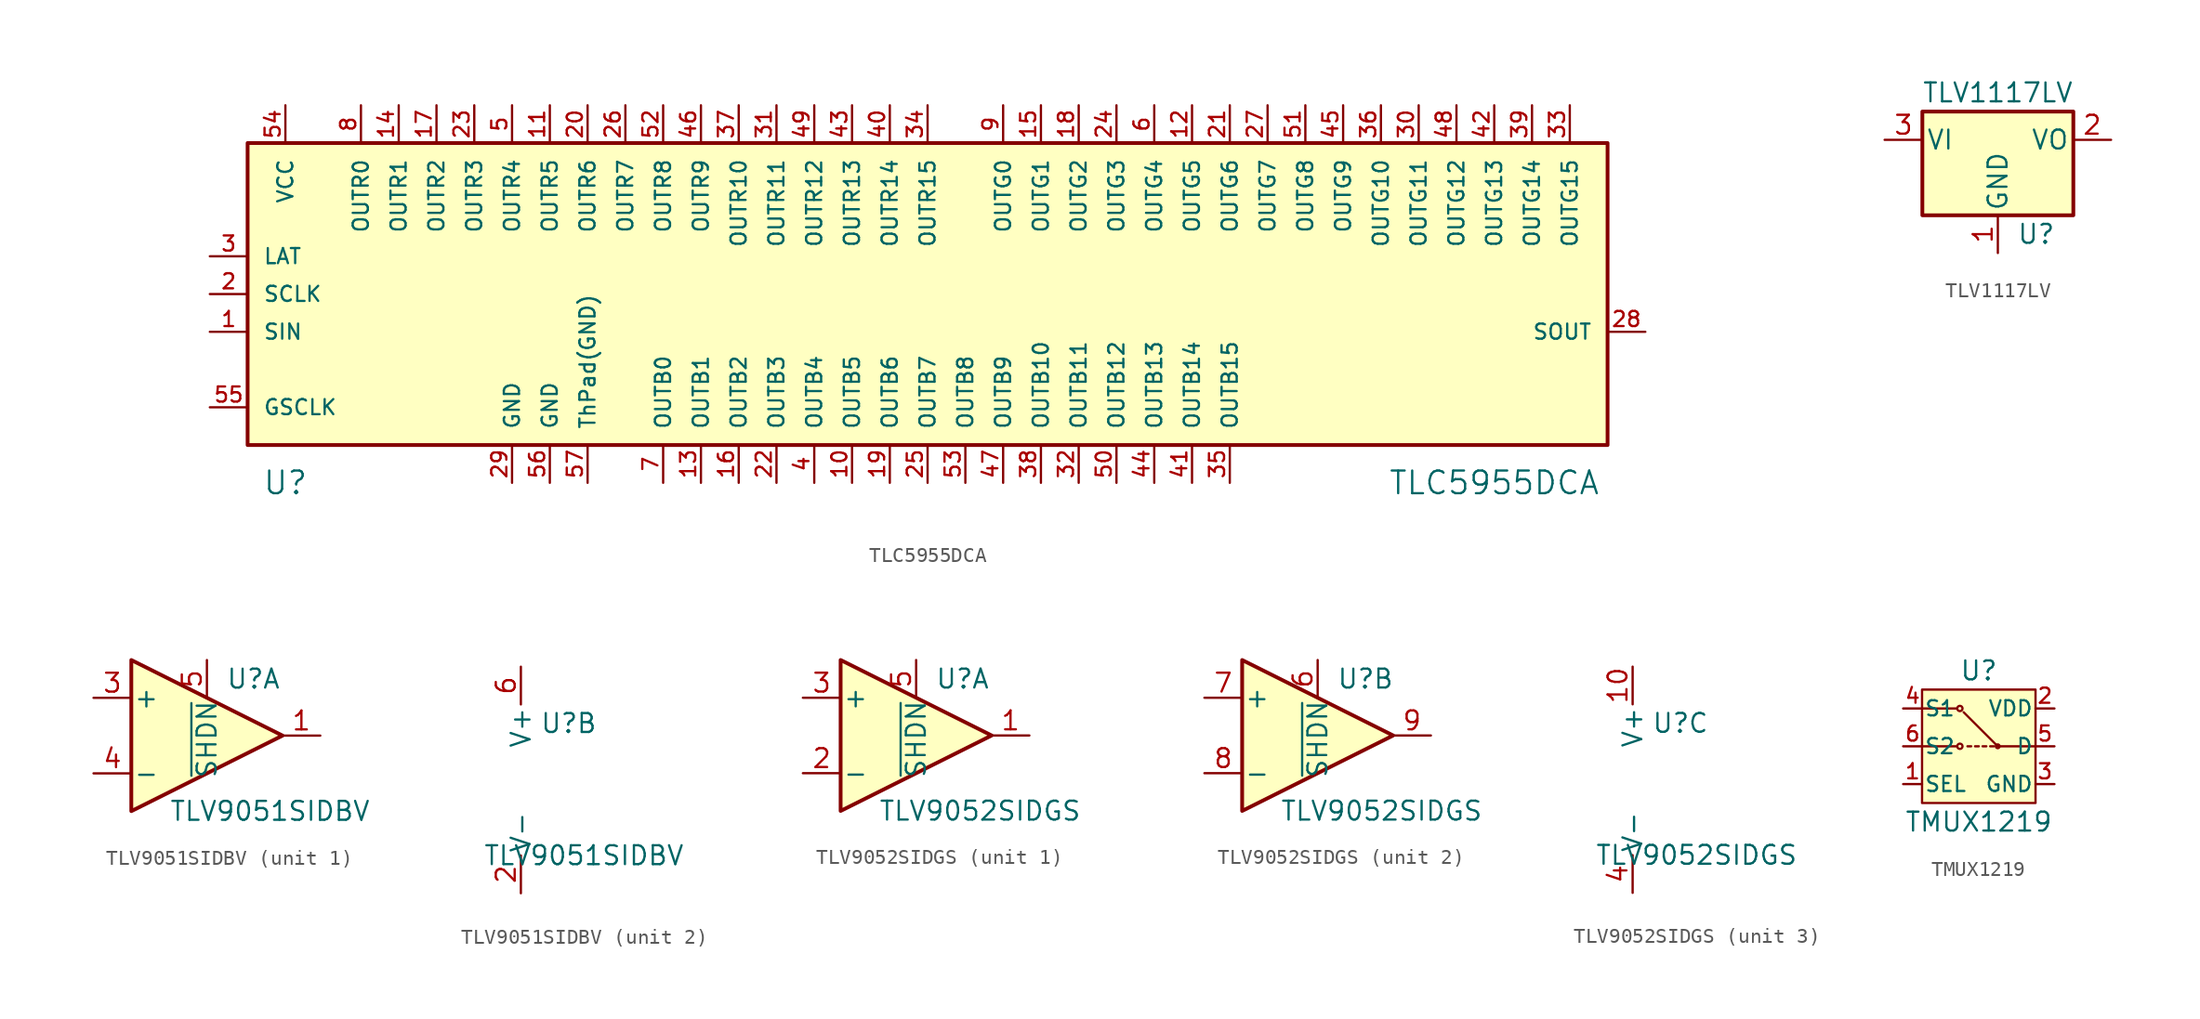
<source format=kicad_sym>
(kicad_symbol_lib
  (version 20211014)
  (generator kicad_symbol_editor)
  (symbol "TLC5955DCA"
    (pin_names
      (offset 1.016))
    (property "Reference" "U"
      (at -43.18 -12.7 0)
      (effects (font (size 1.524 1.524))))
    (property "Value" "TLC5955DCA"
      (at 38.1 -12.7 0)
      (effects (font (size 1.524 1.524))))
    (symbol "TLC5955DCA_0_0"
      (rectangle (start -45.72 10.16) (end 45.72 -10.16) (stroke (width 0.254) (type default) (color 0 0 0 0)) (fill (type background))))
    (symbol "TLC5955DCA_0_1"
      (pin input line (at -48.26 -2.54 0) (length 2.54) (name "SIN" (effects (font (size 1.016 1.016)))) (number "1" (effects (font (size 1.016 1.016)))))
      (pin output line (at -5.08 -12.7 90) (length 2.54) (name "OUTB5" (effects (font (size 1.016 1.016)))) (number "10" (effects (font (size 1.016 1.016)))))
      (pin output line (at -25.4 12.7 270) (length 2.54) (name "OUTR5" (effects (font (size 1.016 1.016)))) (number "11" (effects (font (size 1.016 1.016)))))
      (pin output line (at 17.78 12.7 270) (length 2.54) (name "OUTG5" (effects (font (size 1.016 1.016)))) (number "12" (effects (font (size 1.016 1.016)))))
      (pin output line (at -15.24 -12.7 90) (length 2.54) (name "OUTB1" (effects (font (size 1.016 1.016)))) (number "13" (effects (font (size 1.016 1.016)))))
      (pin output line (at -35.56 12.7 270) (length 2.54) (name "OUTR1" (effects (font (size 1.016 1.016)))) (number "14" (effects (font (size 1.016 1.016)))))
      (pin output line (at 7.62 12.7 270) (length 2.54) (name "OUTG1" (effects (font (size 1.016 1.016)))) (number "15" (effects (font (size 1.016 1.016)))))
      (pin output line (at -12.7 -12.7 90) (length 2.54) (name "OUTB2" (effects (font (size 1.016 1.016)))) (number "16" (effects (font (size 1.016 1.016)))))
      (pin output line (at -33.02 12.7 270) (length 2.54) (name "OUTR2" (effects (font (size 1.016 1.016)))) (number "17" (effects (font (size 1.016 1.016)))))
      (pin output line (at 10.16 12.7 270) (length 2.54) (name "OUTG2" (effects (font (size 1.016 1.016)))) (number "18" (effects (font (size 1.016 1.016)))))
      (pin output line (at -2.54 -12.7 90) (length 2.54) (name "OUTB6" (effects (font (size 1.016 1.016)))) (number "19" (effects (font (size 1.016 1.016)))))
      (pin input line (at -48.26 0 0) (length 2.54) (name "SCLK" (effects (font (size 1.016 1.016)))) (number "2" (effects (font (size 1.016 1.016)))))
      (pin output line (at -22.86 12.7 270) (length 2.54) (name "OUTR6" (effects (font (size 1.016 1.016)))) (number "20" (effects (font (size 1.016 1.016)))))
      (pin output line (at 20.32 12.7 270) (length 2.54) (name "OUTG6" (effects (font (size 1.016 1.016)))) (number "21" (effects (font (size 1.016 1.016)))))
      (pin output line (at -10.16 -12.7 90) (length 2.54) (name "OUTB3" (effects (font (size 1.016 1.016)))) (number "22" (effects (font (size 1.016 1.016)))))
      (pin output line (at -30.48 12.7 270) (length 2.54) (name "OUTR3" (effects (font (size 1.016 1.016)))) (number "23" (effects (font (size 1.016 1.016)))))
      (pin output line (at 12.7 12.7 270) (length 2.54) (name "OUTG3" (effects (font (size 1.016 1.016)))) (number "24" (effects (font (size 1.016 1.016)))))
      (pin output line (at 0 -12.7 90) (length 2.54) (name "OUTB7" (effects (font (size 1.016 1.016)))) (number "25" (effects (font (size 1.016 1.016)))))
      (pin output line (at -20.32 12.7 270) (length 2.54) (name "OUTR7" (effects (font (size 1.016 1.016)))) (number "26" (effects (font (size 1.016 1.016)))))
      (pin output line (at 22.86 12.7 270) (length 2.54) (name "OUTG7" (effects (font (size 1.016 1.016)))) (number "27" (effects (font (size 1.016 1.016)))))
      (pin output line (at 48.26 -2.54 180) (length 2.54) (name "SOUT" (effects (font (size 1.016 1.016)))) (number "28" (effects (font (size 1.016 1.016)))))
      (pin power_in line (at -27.94 -12.7 90) (length 2.54) (name "GND" (effects (font (size 1.016 1.016)))) (number "29" (effects (font (size 1.016 1.016)))))
      (pin input line (at -48.26 2.54 0) (length 2.54) (name "LAT" (effects (font (size 1.016 1.016)))) (number "3" (effects (font (size 1.016 1.016)))))
      (pin output line (at 33.02 12.7 270) (length 2.54) (name "OUTG11" (effects (font (size 1.016 1.016)))) (number "30" (effects (font (size 1.016 1.016)))))
      (pin output line (at -10.16 12.7 270) (length 2.54) (name "OUTR11" (effects (font (size 1.016 1.016)))) (number "31" (effects (font (size 1.016 1.016)))))
      (pin output line (at 10.16 -12.7 90) (length 2.54) (name "OUTB11" (effects (font (size 1.016 1.016)))) (number "32" (effects (font (size 1.016 1.016)))))
      (pin output line (at 43.18 12.7 270) (length 2.54) (name "OUTG15" (effects (font (size 1.016 1.016)))) (number "33" (effects (font (size 1.016 1.016)))))
      (pin output line (at 0 12.7 270) (length 2.54) (name "OUTR15" (effects (font (size 1.016 1.016)))) (number "34" (effects (font (size 1.016 1.016)))))
      (pin output line (at 20.32 -12.7 90) (length 2.54) (name "OUTB15" (effects (font (size 1.016 1.016)))) (number "35" (effects (font (size 1.016 1.016)))))
      (pin output line (at 30.48 12.7 270) (length 2.54) (name "OUTG10" (effects (font (size 1.016 1.016)))) (number "36" (effects (font (size 1.016 1.016)))))
      (pin output line (at -12.7 12.7 270) (length 2.54) (name "OUTR10" (effects (font (size 1.016 1.016)))) (number "37" (effects (font (size 1.016 1.016)))))
      (pin output line (at 7.62 -12.7 90) (length 2.54) (name "OUTB10" (effects (font (size 1.016 1.016)))) (number "38" (effects (font (size 1.016 1.016)))))
      (pin output line (at 40.64 12.7 270) (length 2.54) (name "OUTG14" (effects (font (size 1.016 1.016)))) (number "39" (effects (font (size 1.016 1.016)))))
      (pin output line (at -7.62 -12.7 90) (length 2.54) (name "OUTB4" (effects (font (size 1.016 1.016)))) (number "4" (effects (font (size 1.016 1.016)))))
      (pin output line (at -2.54 12.7 270) (length 2.54) (name "OUTR14" (effects (font (size 1.016 1.016)))) (number "40" (effects (font (size 1.016 1.016)))))
      (pin output line (at 17.78 -12.7 90) (length 2.54) (name "OUTB14" (effects (font (size 1.016 1.016)))) (number "41" (effects (font (size 1.016 1.016)))))
      (pin output line (at 38.1 12.7 270) (length 2.54) (name "OUTG13" (effects (font (size 1.016 1.016)))) (number "42" (effects (font (size 1.016 1.016)))))
      (pin output line (at -5.08 12.7 270) (length 2.54) (name "OUTR13" (effects (font (size 1.016 1.016)))) (number "43" (effects (font (size 1.016 1.016)))))
      (pin output line (at 15.24 -12.7 90) (length 2.54) (name "OUTB13" (effects (font (size 1.016 1.016)))) (number "44" (effects (font (size 1.016 1.016)))))
      (pin output line (at 27.94 12.7 270) (length 2.54) (name "OUTG9" (effects (font (size 1.016 1.016)))) (number "45" (effects (font (size 1.016 1.016)))))
      (pin output line (at -15.24 12.7 270) (length 2.54) (name "OUTR9" (effects (font (size 1.016 1.016)))) (number "46" (effects (font (size 1.016 1.016)))))
      (pin output line (at 5.08 -12.7 90) (length 2.54) (name "OUTB9" (effects (font (size 1.016 1.016)))) (number "47" (effects (font (size 1.016 1.016)))))
      (pin output line (at 35.56 12.7 270) (length 2.54) (name "OUTG12" (effects (font (size 1.016 1.016)))) (number "48" (effects (font (size 1.016 1.016)))))
      (pin output line (at -7.62 12.7 270) (length 2.54) (name "OUTR12" (effects (font (size 1.016 1.016)))) (number "49" (effects (font (size 1.016 1.016)))))
      (pin output line (at -27.94 12.7 270) (length 2.54) (name "OUTR4" (effects (font (size 1.016 1.016)))) (number "5" (effects (font (size 1.016 1.016)))))
      (pin output line (at 12.7 -12.7 90) (length 2.54) (name "OUTB12" (effects (font (size 1.016 1.016)))) (number "50" (effects (font (size 1.016 1.016)))))
      (pin output line (at 25.4 12.7 270) (length 2.54) (name "OUTG8" (effects (font (size 1.016 1.016)))) (number "51" (effects (font (size 1.016 1.016)))))
      (pin output line (at -17.78 12.7 270) (length 2.54) (name "OUTR8" (effects (font (size 1.016 1.016)))) (number "52" (effects (font (size 1.016 1.016)))))
      (pin output line (at 2.54 -12.7 90) (length 2.54) (name "OUTB8" (effects (font (size 1.016 1.016)))) (number "53" (effects (font (size 1.016 1.016)))))
      (pin power_in line (at -43.18 12.7 270) (length 2.54) (name "VCC" (effects (font (size 1.016 1.016)))) (number "54" (effects (font (size 1.016 1.016)))))
      (pin input line (at -48.26 -7.62 0) (length 2.54) (name "GSCLK" (effects (font (size 1.016 1.016)))) (number "55" (effects (font (size 1.016 1.016)))))
      (pin power_in line (at -25.4 -12.7 90) (length 2.54) (name "GND" (effects (font (size 1.016 1.016)))) (number "56" (effects (font (size 1.016 1.016)))))
      (pin power_in line (at -22.86 -12.7 90) (length 2.54) (name "ThPad(GND)" (effects (font (size 1.016 1.016)))) (number "57" (effects (font (size 1.016 1.016)))))
      (pin output line (at 15.24 12.7 270) (length 2.54) (name "OUTG4" (effects (font (size 1.016 1.016)))) (number "6" (effects (font (size 1.016 1.016)))))
      (pin output line (at -17.78 -12.7 90) (length 2.54) (name "OUTB0" (effects (font (size 1.016 1.016)))) (number "7" (effects (font (size 1.016 1.016)))))
      (pin output line (at -38.1 12.7 270) (length 2.54) (name "OUTR0" (effects (font (size 1.016 1.016)))) (number "8" (effects (font (size 1.016 1.016)))))
      (pin output line (at 5.08 12.7 270) (length 2.54) (name "OUTG0" (effects (font (size 1.016 1.016)))) (number "9" (effects (font (size 1.016 1.016)))))))
  (symbol "TLV1117LV"
    (pin_names
      (offset 0.254))
    (property "Reference" "U"
      (at 1.27 -6.35 0)
      (effects (font (size 1.27 1.27)) (justify left)))
    (property "Value" "TLV1117LV"
      (at 0 3.175 0)
      (effects (font (size 1.27 1.27))))
    (symbol "TLV1117LV_0_1"
      (rectangle (start -5.08 -5.08) (end 5.08 1.905) (stroke (width 0.254) (type default) (color 0 0 0 0)) (fill (type background))))
    (symbol "TLV1117LV_1_1"
      (pin power_in line (at 0 -7.62 90) (length 2.54) (name "GND" (effects (font (size 1.27 1.27)))) (number "1" (effects (font (size 1.27 1.27)))))
      (pin power_out line (at 7.62 0 180) (length 2.54) (name "VO" (effects (font (size 1.27 1.27)))) (number "2" (effects (font (size 1.27 1.27)))))
      (pin power_in line (at -7.62 0 0) (length 2.54) (name "VI" (effects (font (size 1.27 1.27)))) (number "3" (effects (font (size 1.27 1.27)))))))
  (symbol "TLV9051SIDBV"
    (pin_names
      (offset 0.127))
    (property "Reference" "U"
      (at 1.27 3.81 0)
      (effects (font (size 1.27 1.27)) (justify left)))
    (property "Value" "TLV9051SIDBV"
      (at -2.54 -5.08 0)
      (effects (font (size 1.27 1.27)) (justify left)))
    (property "ki_locked" ""
      (at 0 0 0)
      (effects (font (size 1.27 1.27))))
    (symbol "TLV9051SIDBV_1_1"
      (polyline (pts (xy -5.08 5.08) (xy 5.08 0) (xy -5.08 -5.08) (xy -5.08 5.08)) (stroke (width 0.254) (type default) (color 0 0 0 0)) (fill (type background)))
      (pin output line (at 7.62 0 180) (length 2.54) (name "~" (effects (font (size 1.27 1.27)))) (number "1" (effects (font (size 1.27 1.27)))))
      (pin input line (at -7.62 2.54 0) (length 2.54) (name "+" (effects (font (size 1.27 1.27)))) (number "3" (effects (font (size 1.27 1.27)))))
      (pin input line (at -7.62 -2.54 0) (length 2.54) (name "-" (effects (font (size 1.27 1.27)))) (number "4" (effects (font (size 1.27 1.27)))))
      (pin input line (at 0 5.08 270) (length 2.54) (name "~{SHDN}" (effects (font (size 1.27 1.27)))) (number "5" (effects (font (size 1.27 1.27))))))
    (symbol "TLV9051SIDBV_2_1"
      (pin power_in line (at 0 -7.62 90) (length 2.54) (name "V-" (effects (font (size 1.27 1.27)))) (number "2" (effects (font (size 1.27 1.27)))))
      (pin power_in line (at 0 7.62 270) (length 2.54) (name "V+" (effects (font (size 1.27 1.27)))) (number "6" (effects (font (size 1.27 1.27)))))))
  (symbol "TLV9052SIDGS"
    (pin_names
      (offset 0.127))
    (property "Reference" "U"
      (at 1.27 3.81 0)
      (effects (font (size 1.27 1.27)) (justify left)))
    (property "Value" "TLV9052SIDGS"
      (at -2.54 -5.08 0)
      (effects (font (size 1.27 1.27)) (justify left)))
    (property "ki_locked" ""
      (at 0 0 0)
      (effects (font (size 1.27 1.27))))
    (symbol "TLV9052SIDGS_1_1"
      (polyline (pts (xy -5.08 5.08) (xy 5.08 0) (xy -5.08 -5.08) (xy -5.08 5.08)) (stroke (width 0.254) (type default) (color 0 0 0 0)) (fill (type background)))
      (pin output line (at 7.62 0 180) (length 2.54) (name "~" (effects (font (size 1.27 1.27)))) (number "1" (effects (font (size 1.27 1.27)))))
      (pin input line (at -7.62 -2.54 0) (length 2.54) (name "-" (effects (font (size 1.27 1.27)))) (number "2" (effects (font (size 1.27 1.27)))))
      (pin input line (at -7.62 2.54 0) (length 2.54) (name "+" (effects (font (size 1.27 1.27)))) (number "3" (effects (font (size 1.27 1.27)))))
      (pin input line (at 0 5.08 270) (length 2.54) (name "~{SHDN}" (effects (font (size 1.27 1.27)))) (number "5" (effects (font (size 1.27 1.27))))))
    (symbol "TLV9052SIDGS_2_1"
      (polyline (pts (xy -5.08 5.08) (xy 5.08 0) (xy -5.08 -5.08) (xy -5.08 5.08)) (stroke (width 0.254) (type default) (color 0 0 0 0)) (fill (type background)))
      (pin input line (at 0 5.08 270) (length 2.54) (name "~{SHDN}" (effects (font (size 1.27 1.27)))) (number "6" (effects (font (size 1.27 1.27)))))
      (pin input line (at -7.62 2.54 0) (length 2.54) (name "+" (effects (font (size 1.27 1.27)))) (number "7" (effects (font (size 1.27 1.27)))))
      (pin input line (at -7.62 -2.54 0) (length 2.54) (name "-" (effects (font (size 1.27 1.27)))) (number "8" (effects (font (size 1.27 1.27)))))
      (pin output line (at 7.62 0 180) (length 2.54) (name "~" (effects (font (size 1.27 1.27)))) (number "9" (effects (font (size 1.27 1.27))))))
    (symbol "TLV9052SIDGS_3_1"
      (pin power_in line (at 0 7.62 270) (length 2.54) (name "V+" (effects (font (size 1.27 1.27)))) (number "10" (effects (font (size 1.27 1.27)))))
      (pin power_in line (at 0 -7.62 90) (length 2.54) (name "V-" (effects (font (size 1.27 1.27)))) (number "4" (effects (font (size 1.27 1.27)))))))
  (symbol "TMUX1219"
    (pin_names
      (offset 0.127))
    (property "Reference" "U"
      (at 0 5.08 0)
      (effects (font (size 1.27 1.27))))
    (property "Value" "TMUX1219"
      (at 0 -5.08 0)
      (effects (font (size 1.27 1.27))))
    (symbol "TMUX1219_0_1"
      (rectangle (start -3.81 3.81) (end 3.81 -3.81) (stroke (width 0) (type default) (color 0 0 0 0)) (fill (type background)))
      (circle (center -1.27 0) (radius 0.178) (stroke (width 0) (type default) (color 0 0 0 0)) (fill (type none)))
      (circle (center -1.27 2.54) (radius 0.178) (stroke (width 0) (type default) (color 0 0 0 0)) (fill (type none)))
      (polyline (pts (xy -3.81 2.54) (xy -1.524 2.54)) (stroke (width 0) (type default) (color 0 0 0 0)) (fill (type none)))
      (polyline (pts (xy -1.524 0) (xy -3.81 0)) (stroke (width 0) (type default) (color 0 0 0 0)) (fill (type none)))
      (polyline (pts (xy -0.508 0) (xy -0.762 0)) (stroke (width 0) (type default) (color 0 0 0 0)) (fill (type none)))
      (polyline (pts (xy 0 0) (xy -0.254 0)) (stroke (width 0) (type default) (color 0 0 0 0)) (fill (type none)))
      (polyline (pts (xy 0.508 0) (xy 0.254 0)) (stroke (width 0) (type default) (color 0 0 0 0)) (fill (type none)))
      (polyline (pts (xy 1.016 0) (xy 0.762 0)) (stroke (width 0) (type default) (color 0 0 0 0)) (fill (type none)))
      (polyline (pts (xy -1.016 2.286) (xy 1.27 0) (xy 3.81 0)) (stroke (width 0) (type default) (color 0 0 0 0)) (fill (type none)))
      (circle (center 1.27 0) (radius 0.127) (stroke (width 0) (type default) (color 0 0 0 0)) (fill (type none))))
    (symbol "TMUX1219_1_1"
      (pin input line (at -5.08 -2.54 0) (length 1.27) (name "SEL" (effects (font (size 1.016 1.016)))) (number "1" (effects (font (size 1.016 1.016)))))
      (pin power_in line (at 5.08 2.54 180) (length 1.27) (name "VDD" (effects (font (size 1.016 1.016)))) (number "2" (effects (font (size 1.016 1.016)))))
      (pin power_in line (at 5.08 -2.54 180) (length 1.27) (name "GND" (effects (font (size 1.016 1.016)))) (number "3" (effects (font (size 1.016 1.016)))))
      (pin passive line (at -5.08 2.54 0) (length 1.27) (name "S1" (effects (font (size 1.016 1.016)))) (number "4" (effects (font (size 1.016 1.016)))))
      (pin passive line (at 5.08 0 180) (length 1.27) (name "D" (effects (font (size 1.016 1.016)))) (number "5" (effects (font (size 1.016 1.016)))))
      (pin passive line (at -5.08 0 0) (length 1.27) (name "S2" (effects (font (size 1.016 1.016)))) (number "6" (effects (font (size 1.016 1.016))))))))
</source>
